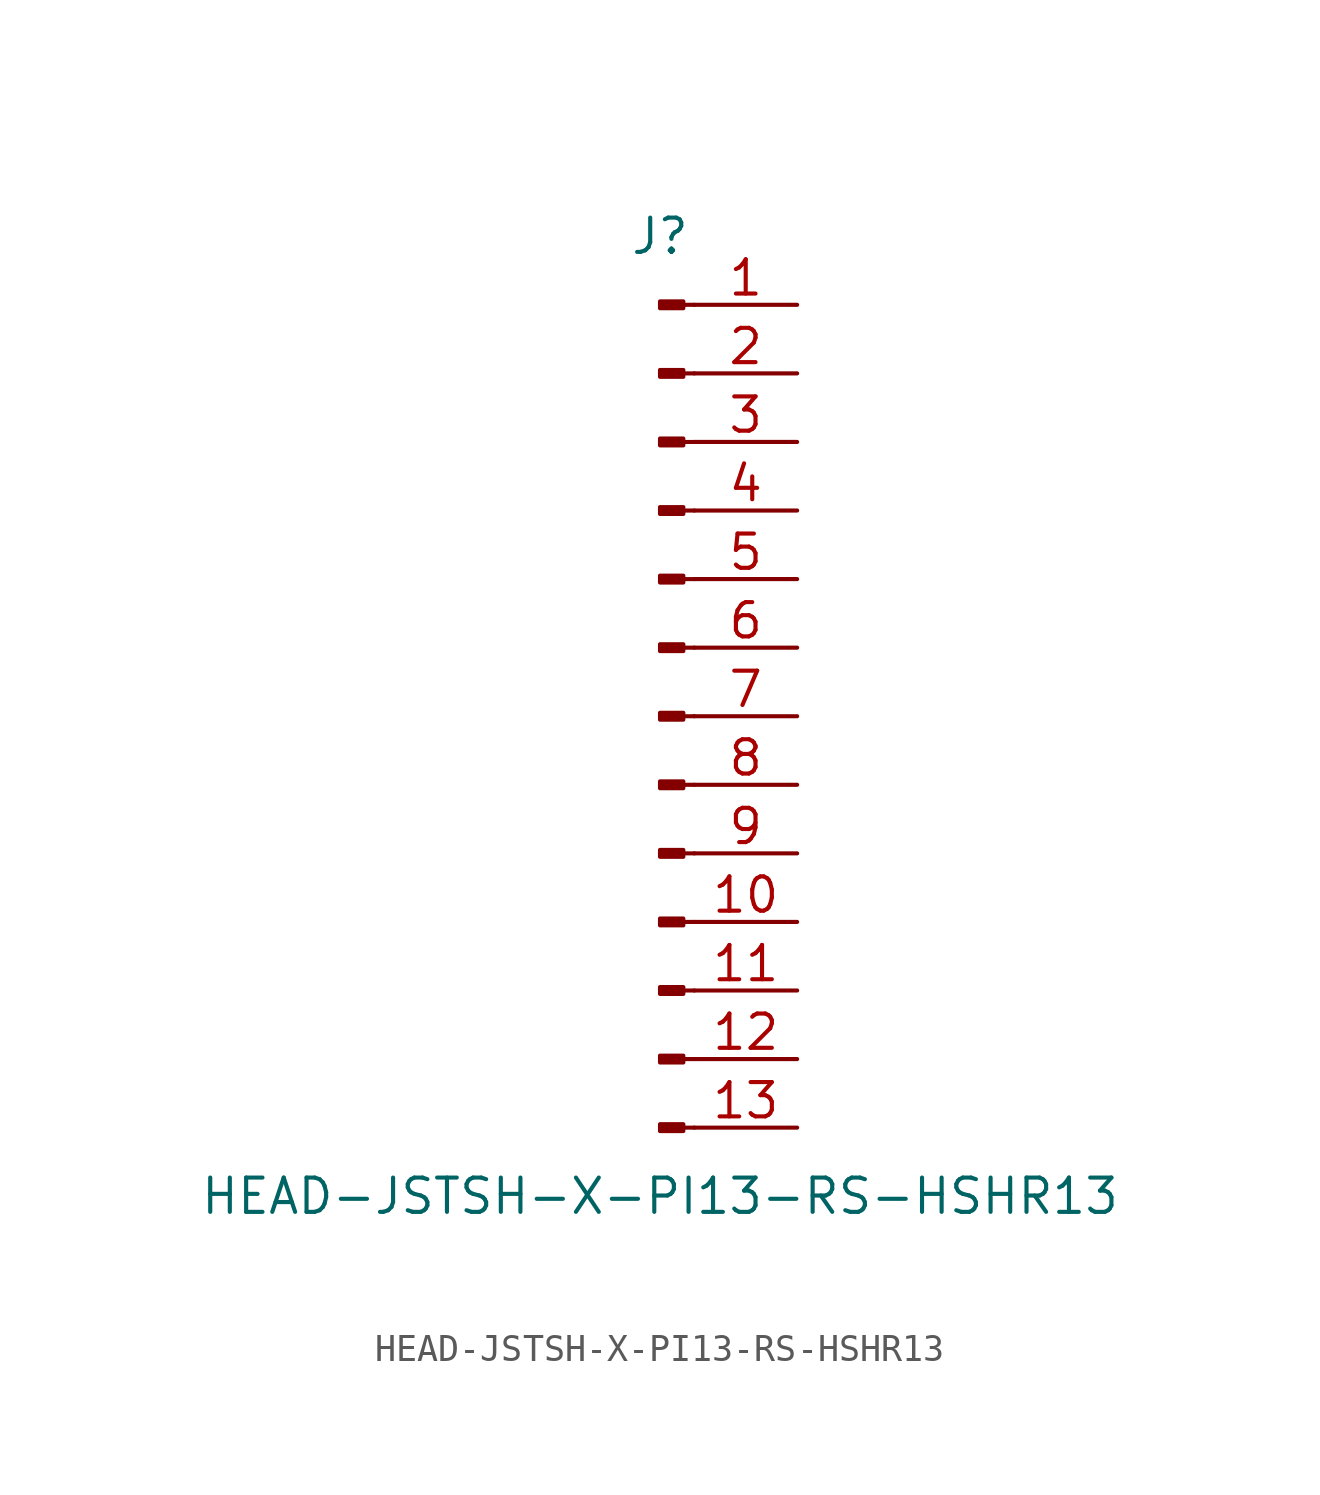
<source format=kicad_sym>
(kicad_symbol_lib
  (version 20211014)
  (generator kicad_symbol_editor)
  (symbol "HEAD-JSTSH-X-PI13-RS-HSHR13"
    (pin_names
      (offset 1.016) hide)
    (property "Reference" "J"
      (at 0 17.78 0)
      (effects (font (size 1.27 1.27))))
    (property "Value" "HEAD-JSTSH-X-PI13-RS-HSHR13"
      (at 0 -17.78 0)
      (effects (font (size 1.27 1.27))))
    (symbol "HEAD-JSTSH-X-PI13-RS-HSHR13_1_1"
      (polyline (pts (xy 1.27 -15.24) (xy 0.864 -15.24)) (stroke (width 0.152) (type default) (color 0 0 0 0)) (fill (type none)))
      (polyline (pts (xy 1.27 -12.7) (xy 0.864 -12.7)) (stroke (width 0.152) (type default) (color 0 0 0 0)) (fill (type none)))
      (polyline (pts (xy 1.27 -10.16) (xy 0.864 -10.16)) (stroke (width 0.152) (type default) (color 0 0 0 0)) (fill (type none)))
      (polyline (pts (xy 1.27 -7.62) (xy 0.864 -7.62)) (stroke (width 0.152) (type default) (color 0 0 0 0)) (fill (type none)))
      (polyline (pts (xy 1.27 -5.08) (xy 0.864 -5.08)) (stroke (width 0.152) (type default) (color 0 0 0 0)) (fill (type none)))
      (polyline (pts (xy 1.27 -2.54) (xy 0.864 -2.54)) (stroke (width 0.152) (type default) (color 0 0 0 0)) (fill (type none)))
      (polyline (pts (xy 1.27 0) (xy 0.864 0)) (stroke (width 0.152) (type default) (color 0 0 0 0)) (fill (type none)))
      (polyline (pts (xy 1.27 2.54) (xy 0.864 2.54)) (stroke (width 0.152) (type default) (color 0 0 0 0)) (fill (type none)))
      (polyline (pts (xy 1.27 5.08) (xy 0.864 5.08)) (stroke (width 0.152) (type default) (color 0 0 0 0)) (fill (type none)))
      (polyline (pts (xy 1.27 7.62) (xy 0.864 7.62)) (stroke (width 0.152) (type default) (color 0 0 0 0)) (fill (type none)))
      (polyline (pts (xy 1.27 10.16) (xy 0.864 10.16)) (stroke (width 0.152) (type default) (color 0 0 0 0)) (fill (type none)))
      (polyline (pts (xy 1.27 12.7) (xy 0.864 12.7)) (stroke (width 0.152) (type default) (color 0 0 0 0)) (fill (type none)))
      (polyline (pts (xy 1.27 15.24) (xy 0.864 15.24)) (stroke (width 0.152) (type default) (color 0 0 0 0)) (fill (type none)))
      (rectangle (start 0.864 -15.113) (end 0 -15.367) (stroke (width 0.152) (type default) (color 0 0 0 0)) (fill (type outline)))
      (rectangle (start 0.864 -12.573) (end 0 -12.827) (stroke (width 0.152) (type default) (color 0 0 0 0)) (fill (type outline)))
      (rectangle (start 0.864 -10.033) (end 0 -10.287) (stroke (width 0.152) (type default) (color 0 0 0 0)) (fill (type outline)))
      (rectangle (start 0.864 -7.493) (end 0 -7.747) (stroke (width 0.152) (type default) (color 0 0 0 0)) (fill (type outline)))
      (rectangle (start 0.864 -4.953) (end 0 -5.207) (stroke (width 0.152) (type default) (color 0 0 0 0)) (fill (type outline)))
      (rectangle (start 0.864 -2.413) (end 0 -2.667) (stroke (width 0.152) (type default) (color 0 0 0 0)) (fill (type outline)))
      (rectangle (start 0.864 0.127) (end 0 -0.127) (stroke (width 0.152) (type default) (color 0 0 0 0)) (fill (type outline)))
      (rectangle (start 0.864 2.667) (end 0 2.413) (stroke (width 0.152) (type default) (color 0 0 0 0)) (fill (type outline)))
      (rectangle (start 0.864 5.207) (end 0 4.953) (stroke (width 0.152) (type default) (color 0 0 0 0)) (fill (type outline)))
      (rectangle (start 0.864 7.747) (end 0 7.493) (stroke (width 0.152) (type default) (color 0 0 0 0)) (fill (type outline)))
      (rectangle (start 0.864 10.287) (end 0 10.033) (stroke (width 0.152) (type default) (color 0 0 0 0)) (fill (type outline)))
      (rectangle (start 0.864 12.827) (end 0 12.573) (stroke (width 0.152) (type default) (color 0 0 0 0)) (fill (type outline)))
      (rectangle (start 0.864 15.367) (end 0 15.113) (stroke (width 0.152) (type default) (color 0 0 0 0)) (fill (type outline)))
      (pin passive line (at 5.08 15.24 180) (length 3.81) (name "Pin_1" (effects (font (size 1.27 1.27)))) (number "1" (effects (font (size 1.27 1.27)))))
      (pin passive line (at 5.08 -7.62 180) (length 3.81) (name "Pin_10" (effects (font (size 1.27 1.27)))) (number "10" (effects (font (size 1.27 1.27)))))
      (pin passive line (at 5.08 -10.16 180) (length 3.81) (name "Pin_11" (effects (font (size 1.27 1.27)))) (number "11" (effects (font (size 1.27 1.27)))))
      (pin passive line (at 5.08 -12.7 180) (length 3.81) (name "Pin_12" (effects (font (size 1.27 1.27)))) (number "12" (effects (font (size 1.27 1.27)))))
      (pin passive line (at 5.08 -15.24 180) (length 3.81) (name "Pin_13" (effects (font (size 1.27 1.27)))) (number "13" (effects (font (size 1.27 1.27)))))
      (pin passive line (at 5.08 12.7 180) (length 3.81) (name "Pin_2" (effects (font (size 1.27 1.27)))) (number "2" (effects (font (size 1.27 1.27)))))
      (pin passive line (at 5.08 10.16 180) (length 3.81) (name "Pin_3" (effects (font (size 1.27 1.27)))) (number "3" (effects (font (size 1.27 1.27)))))
      (pin passive line (at 5.08 7.62 180) (length 3.81) (name "Pin_4" (effects (font (size 1.27 1.27)))) (number "4" (effects (font (size 1.27 1.27)))))
      (pin passive line (at 5.08 5.08 180) (length 3.81) (name "Pin_5" (effects (font (size 1.27 1.27)))) (number "5" (effects (font (size 1.27 1.27)))))
      (pin passive line (at 5.08 2.54 180) (length 3.81) (name "Pin_6" (effects (font (size 1.27 1.27)))) (number "6" (effects (font (size 1.27 1.27)))))
      (pin passive line (at 5.08 0 180) (length 3.81) (name "Pin_7" (effects (font (size 1.27 1.27)))) (number "7" (effects (font (size 1.27 1.27)))))
      (pin passive line (at 5.08 -2.54 180) (length 3.81) (name "Pin_8" (effects (font (size 1.27 1.27)))) (number "8" (effects (font (size 1.27 1.27)))))
      (pin passive line (at 5.08 -5.08 180) (length 3.81) (name "Pin_9" (effects (font (size 1.27 1.27)))) (number "9" (effects (font (size 1.27 1.27))))))))
</source>
